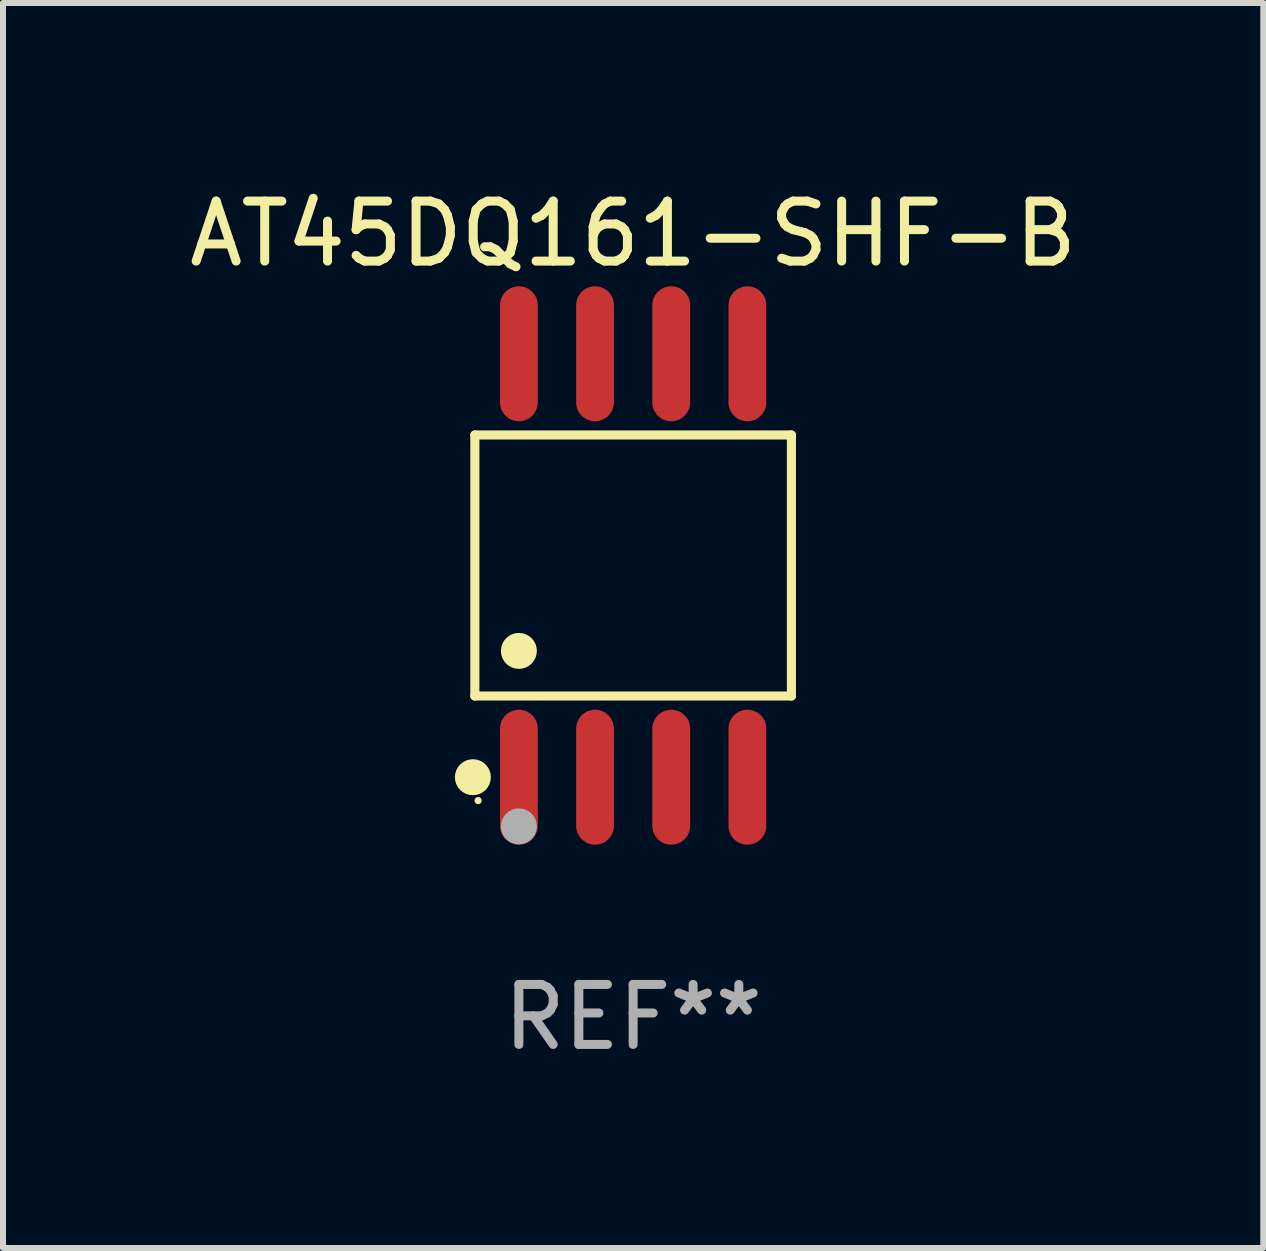
<source format=kicad_pcb>
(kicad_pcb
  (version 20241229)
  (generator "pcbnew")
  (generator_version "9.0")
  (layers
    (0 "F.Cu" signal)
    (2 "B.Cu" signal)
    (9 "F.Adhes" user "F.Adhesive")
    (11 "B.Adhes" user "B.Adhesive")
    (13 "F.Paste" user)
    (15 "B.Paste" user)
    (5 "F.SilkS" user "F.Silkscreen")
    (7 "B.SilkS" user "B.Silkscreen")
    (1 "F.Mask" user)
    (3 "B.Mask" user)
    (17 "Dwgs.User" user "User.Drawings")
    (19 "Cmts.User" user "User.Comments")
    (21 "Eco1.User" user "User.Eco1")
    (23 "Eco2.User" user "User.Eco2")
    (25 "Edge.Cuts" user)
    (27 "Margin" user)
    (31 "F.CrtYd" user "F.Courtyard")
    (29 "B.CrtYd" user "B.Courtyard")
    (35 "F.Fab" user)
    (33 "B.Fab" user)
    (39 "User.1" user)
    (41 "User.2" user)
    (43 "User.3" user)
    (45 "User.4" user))
  (footprint "AT45DQ161-SHF-B"
    (layer "F.Cu")
    (at 7.506 6.378)
    (property "Reference" "AT45DQ161-SHF-B" (at 0 -5.53 0) (layer "F.SilkS") (effects (font (size 1 1) (thickness 0.15))))
    (attr through_hole)
    (fp_line (start -2.639 -2.176) (end 2.639 -2.176) (stroke (width 0.152) (type solid)) (layer "F.SilkS"))
    (fp_line (start -2.639 2.176) (end -2.639 -2.176) (stroke (width 0.152) (type solid)) (layer "F.SilkS"))
    (fp_line (start 2.639 -2.176) (end 2.639 2.176) (stroke (width 0.152) (type solid)) (layer "F.SilkS"))
    (fp_line (start 2.639 2.176) (end -2.639 2.176) (stroke (width 0.152) (type solid)) (layer "F.SilkS"))
    (fp_circle (center -2.672 3.53) (end -2.522 3.53) (stroke (width 0.3) (type solid)) (fill no) (layer "F.SilkS"))
    (fp_circle (center -2.585 3.92) (end -2.555 3.92) (stroke (width 0.06) (type solid)) (fill no) (layer "F.SilkS"))
    (fp_circle (center -1.905 1.424) (end -1.755 1.424) (stroke (width 0.3) (type solid)) (fill no) (layer "F.SilkS"))
    (fp_circle (center -1.905 4.35) (end -1.755 4.35) (stroke (width 0.3) (type solid)) (fill no) (layer "F.Fab"))
    (fp_text user "REF**" (at 0 7.53 0) (layer "F.Fab") (effects (font (size 1 1) (thickness 0.15))))
    (pad "1" smd oval (at -1.905 3.53) (size 0.63 2.25) (layers "F.Cu" "F.Mask" "F.Paste"))
    (pad "2" smd oval (at -0.635 3.53) (size 0.63 2.25) (layers "F.Cu" "F.Mask" "F.Paste"))
    (pad "3" smd oval (at 0.635 3.53) (size 0.63 2.25) (layers "F.Cu" "F.Mask" "F.Paste"))
    (pad "4" smd oval (at 1.905 3.53) (size 0.63 2.25) (layers "F.Cu" "F.Mask" "F.Paste"))
    (pad "5" smd oval (at 1.905 -3.53) (size 0.63 2.25) (layers "F.Cu" "F.Mask" "F.Paste"))
    (pad "6" smd oval (at 0.635 -3.53) (size 0.63 2.25) (layers "F.Cu" "F.Mask" "F.Paste"))
    (pad "7" smd oval (at -0.635 -3.53) (size 0.63 2.25) (layers "F.Cu" "F.Mask" "F.Paste"))
    (pad "8" smd oval (at -1.905 -3.53) (size 0.63 2.25) (layers "F.Cu" "F.Mask" "F.Paste")))
  (gr_rect
    (start -3 -3)
    (end 18.012 17.757)
    (stroke (width 0.1) (type default))
    (fill no)
    (layer "Edge.Cuts")))
</source>
